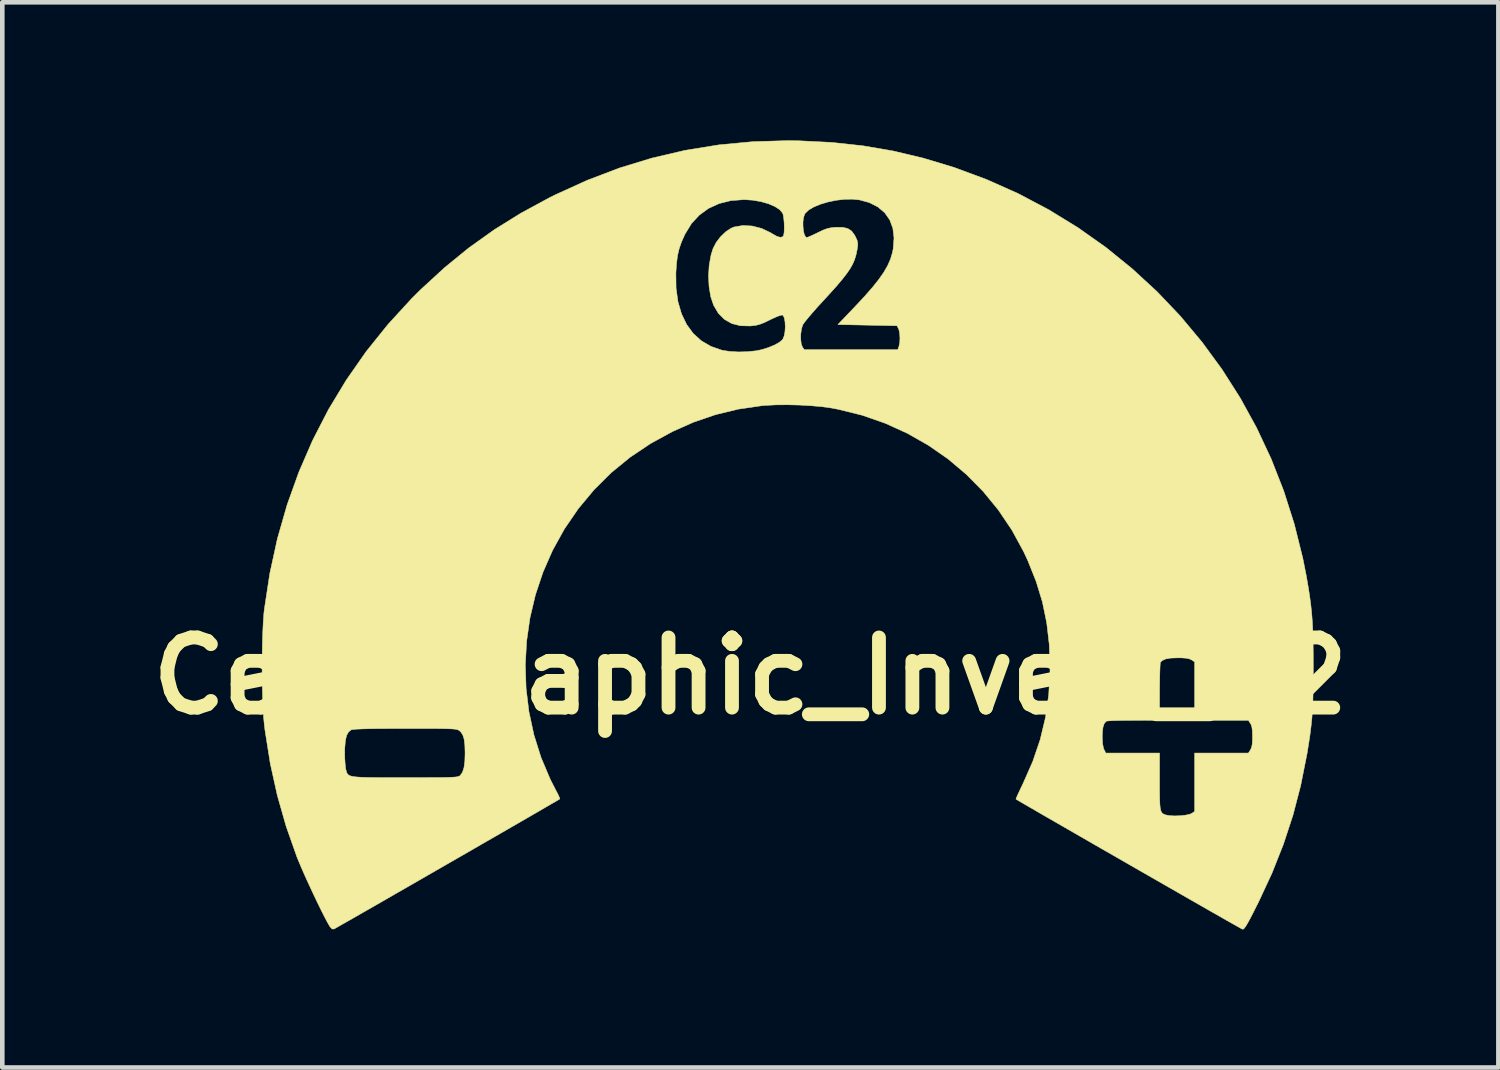
<source format=kicad_pcb>
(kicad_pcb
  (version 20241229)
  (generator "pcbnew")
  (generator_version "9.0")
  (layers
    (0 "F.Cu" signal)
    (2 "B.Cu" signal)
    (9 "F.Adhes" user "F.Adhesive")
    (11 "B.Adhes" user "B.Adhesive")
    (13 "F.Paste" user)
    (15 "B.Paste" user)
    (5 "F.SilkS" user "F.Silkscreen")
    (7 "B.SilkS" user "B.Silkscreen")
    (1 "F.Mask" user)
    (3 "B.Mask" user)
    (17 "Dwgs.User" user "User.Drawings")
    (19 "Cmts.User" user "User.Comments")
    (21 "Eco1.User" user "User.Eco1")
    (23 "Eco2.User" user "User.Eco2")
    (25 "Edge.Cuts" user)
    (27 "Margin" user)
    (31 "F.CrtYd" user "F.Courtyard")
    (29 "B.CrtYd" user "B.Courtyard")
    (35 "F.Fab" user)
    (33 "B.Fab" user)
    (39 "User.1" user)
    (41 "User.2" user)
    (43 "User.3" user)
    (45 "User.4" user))
  (footprint "Cell_Graphic_Invert_C2"
    (layer "F.Cu")
    (at 13.252 11.634)
    (property "Reference" "Cell_Graphic_Invert_C2" (at 0 0 0) (layer "F.SilkS") (effects (font (size 1.524 1.524) (thickness 0.3))))
    (attr through_hole)
    (fp_poly (pts (xy 1.067 -11.625) (xy 1.768 -11.59) (xy 2.444 -11.517) (xy 3.103 -11.404) (xy 3.755 -11.249) (xy 4.409 -11.052) (xy 4.42 -11.049) (xy 5.134 -10.784) (xy 5.822 -10.477) (xy 6.484 -10.127) (xy 7.118 -9.738) (xy 7.722 -9.311) (xy 8.294 -8.847) (xy 8.835 -8.349) (xy 9.341 -7.817) (xy 9.812 -7.253) (xy 10.247 -6.659) (xy 10.643 -6.037) (xy 10.999 -5.389) (xy 11.315 -4.715) (xy 11.588 -4.018) (xy 11.817 -3.299) (xy 12.001 -2.56) (xy 12.076 -2.184) (xy 12.116 -1.954) (xy 12.149 -1.746) (xy 12.175 -1.552) (xy 12.195 -1.362) (xy 12.21 -1.166) (xy 12.22 -0.954) (xy 12.226 -0.718) (xy 12.229 -0.448) (xy 12.23 -0.216) (xy 12.229 0.075) (xy 12.226 0.324) (xy 12.221 0.541) (xy 12.212 0.734) (xy 12.2 0.914) (xy 12.182 1.089) (xy 12.16 1.268) (xy 12.131 1.462) (xy 12.096 1.678) (xy 12.089 1.714) (xy 11.956 2.383) (xy 11.788 3.028) (xy 11.581 3.658) (xy 11.333 4.284) (xy 11.039 4.916) (xy 11.016 4.961) (xy 10.927 5.138) (xy 10.857 5.273) (xy 10.803 5.373) (xy 10.762 5.44) (xy 10.732 5.482) (xy 10.709 5.501) (xy 10.691 5.504) (xy 10.691 5.504) (xy 10.665 5.49) (xy 10.599 5.453) (xy 10.496 5.395) (xy 10.359 5.318) (xy 10.192 5.222) (xy 9.998 5.112) (xy 9.78 4.987) (xy 9.543 4.852) (xy 9.289 4.706) (xy 9.022 4.553) (xy 8.745 4.394) (xy 8.462 4.232) (xy 8.177 4.068) (xy 7.892 3.904) (xy 7.611 3.743) (xy 7.337 3.585) (xy 7.075 3.434) (xy 6.827 3.291) (xy 6.596 3.158) (xy 6.387 3.038) (xy 6.203 2.931) (xy 6.046 2.84) (xy 5.922 2.768) (xy 5.832 2.715) (xy 5.781 2.685) (xy 5.77 2.678) (xy 5.777 2.654) (xy 5.804 2.593) (xy 5.846 2.502) (xy 5.899 2.39) (xy 5.927 2.332) (xy 6.136 1.857) (xy 6.297 1.383) (xy 6.312 1.32) (xy 7.645 1.32) (xy 7.652 1.468) (xy 7.672 1.572) (xy 7.684 1.601) (xy 7.723 1.676) (xy 8.89 1.676) (xy 8.89 2.294) (xy 8.89 2.498) (xy 8.892 2.657) (xy 8.896 2.778) (xy 8.904 2.866) (xy 8.917 2.927) (xy 8.936 2.968) (xy 8.962 2.994) (xy 8.996 3.011) (xy 9.03 3.022) (xy 9.112 3.037) (xy 9.22 3.042) (xy 9.338 3.038) (xy 9.451 3.026) (xy 9.541 3.007) (xy 9.586 2.989) (xy 9.652 2.945) (xy 9.652 1.676) (xy 10.819 1.676) (xy 10.864 1.608) (xy 10.889 1.555) (xy 10.903 1.482) (xy 10.909 1.376) (xy 10.909 1.321) (xy 10.906 1.198) (xy 10.896 1.113) (xy 10.876 1.053) (xy 10.864 1.034) (xy 10.819 0.965) (xy 9.652 0.965) (xy 9.652 -0.304) (xy 9.585 -0.348) (xy 9.534 -0.371) (xy 9.463 -0.385) (xy 9.36 -0.392) (xy 9.286 -0.392) (xy 9.132 -0.387) (xy 9.021 -0.367) (xy 8.947 -0.333) (xy 8.909 -0.295) (xy 8.904 -0.262) (xy 8.9 -0.187) (xy 8.896 -0.075) (xy 8.893 0.066) (xy 8.891 0.228) (xy 8.89 0.349) (xy 8.89 0.965) (xy 8.325 0.966) (xy 8.159 0.967) (xy 8.011 0.969) (xy 7.886 0.972) (xy 7.794 0.977) (xy 7.741 0.982) (xy 7.732 0.985) (xy 7.688 1.035) (xy 7.66 1.12) (xy 7.647 1.246) (xy 7.645 1.32) (xy 6.312 1.32) (xy 6.412 0.902) (xy 6.482 0.408) (xy 6.51 -0.109) (xy 6.51 -0.178) (xy 6.494 -0.677) (xy 6.439 -1.149) (xy 6.345 -1.605) (xy 6.208 -2.054) (xy 6.027 -2.506) (xy 5.934 -2.705) (xy 5.681 -3.169) (xy 5.388 -3.604) (xy 5.058 -4.007) (xy 4.692 -4.378) (xy 4.295 -4.713) (xy 3.867 -5.01) (xy 3.412 -5.269) (xy 2.933 -5.487) (xy 2.432 -5.662) (xy 1.911 -5.791) (xy 1.765 -5.819) (xy 1.561 -5.848) (xy 1.322 -5.869) (xy 1.064 -5.884) (xy 0.801 -5.89) (xy 0.55 -5.888) (xy 0.325 -5.876) (xy 0.25 -5.87) (xy -0.262 -5.795) (xy -0.754 -5.676) (xy -1.234 -5.512) (xy -1.689 -5.31) (xy -2.17 -5.047) (xy -2.614 -4.749) (xy -3.023 -4.415) (xy -3.396 -4.044) (xy -3.735 -3.637) (xy -4.04 -3.192) (xy -4.044 -3.185) (xy -4.297 -2.728) (xy -4.505 -2.253) (xy -4.669 -1.763) (xy -4.788 -1.261) (xy -4.861 -0.752) (xy -4.889 -0.239) (xy -4.872 0.274) (xy -4.81 0.782) (xy -4.702 1.283) (xy -4.548 1.772) (xy -4.348 2.246) (xy -4.221 2.494) (xy -4.178 2.576) (xy -4.15 2.639) (xy -4.14 2.672) (xy -4.141 2.674) (xy -4.165 2.689) (xy -4.23 2.728) (xy -4.333 2.787) (xy -4.469 2.866) (xy -4.635 2.963) (xy -4.829 3.075) (xy -5.045 3.2) (xy -5.282 3.337) (xy -5.535 3.483) (xy -5.802 3.636) (xy -6.078 3.796) (xy -6.36 3.958) (xy -6.645 4.122) (xy -6.93 4.286) (xy -7.211 4.448) (xy -7.484 4.605) (xy -7.746 4.755) (xy -7.993 4.898) (xy -8.223 5.03) (xy -8.432 5.149) (xy -8.616 5.255) (xy -8.772 5.344) (xy -8.897 5.415) (xy -8.986 5.466) (xy -9.037 5.494) (xy -9.048 5.5) (xy -9.088 5.497) (xy -9.131 5.452) (xy -9.144 5.432) (xy -9.192 5.348) (xy -9.256 5.226) (xy -9.332 5.075) (xy -9.416 4.903) (xy -9.504 4.718) (xy -9.592 4.529) (xy -9.676 4.345) (xy -9.751 4.174) (xy -9.814 4.025) (xy -9.85 3.937) (xy -10.085 3.271) (xy -10.277 2.597) (xy -10.43 1.906) (xy -10.467 1.671) (xy -8.814 1.671) (xy -8.811 1.794) (xy -8.804 1.909) (xy -8.795 1.999) (xy -8.787 2.038) (xy -8.776 2.077) (xy -8.765 2.11) (xy -8.748 2.137) (xy -8.722 2.158) (xy -8.682 2.175) (xy -8.623 2.188) (xy -8.542 2.197) (xy -8.434 2.203) (xy -8.295 2.207) (xy -8.121 2.209) (xy -7.906 2.21) (xy -7.647 2.21) (xy -7.5 2.21) (xy -7.228 2.21) (xy -7.002 2.209) (xy -6.818 2.209) (xy -6.672 2.207) (xy -6.557 2.205) (xy -6.471 2.201) (xy -6.409 2.197) (xy -6.365 2.191) (xy -6.336 2.183) (xy -6.317 2.174) (xy -6.303 2.163) (xy -6.301 2.161) (xy -6.253 2.091) (xy -6.221 1.989) (xy -6.203 1.849) (xy -6.198 1.676) (xy -6.203 1.506) (xy -6.218 1.378) (xy -6.247 1.285) (xy -6.29 1.219) (xy -6.316 1.195) (xy -6.334 1.182) (xy -6.354 1.172) (xy -6.382 1.164) (xy -6.423 1.157) (xy -6.481 1.152) (xy -6.561 1.149) (xy -6.668 1.146) (xy -6.806 1.144) (xy -6.98 1.143) (xy -7.195 1.143) (xy -7.455 1.143) (xy -7.495 1.143) (xy -7.8 1.144) (xy -8.057 1.145) (xy -8.266 1.148) (xy -8.43 1.152) (xy -8.551 1.157) (xy -8.631 1.164) (xy -8.67 1.171) (xy -8.672 1.172) (xy -8.73 1.218) (xy -8.773 1.296) (xy -8.799 1.413) (xy -8.812 1.571) (xy -8.814 1.671) (xy -10.467 1.671) (xy -10.544 1.189) (xy -10.559 1.067) (xy -10.576 0.894) (xy -10.589 0.679) (xy -10.598 0.434) (xy -10.604 0.166) (xy -10.607 -0.114) (xy -10.606 -0.396) (xy -10.602 -0.671) (xy -10.594 -0.93) (xy -10.583 -1.163) (xy -10.569 -1.359) (xy -10.559 -1.448) (xy -10.441 -2.223) (xy -10.276 -2.979) (xy -10.065 -3.715) (xy -9.809 -4.429) (xy -9.509 -5.12) (xy -9.165 -5.788) (xy -8.777 -6.43) (xy -8.347 -7.046) (xy -7.874 -7.635) (xy -7.36 -8.196) (xy -7.16 -8.395) (xy -6.773 -8.75) (xy -1.618 -8.75) (xy -1.614 -8.425) (xy -1.573 -8.13) (xy -1.496 -7.866) (xy -1.385 -7.635) (xy -1.241 -7.439) (xy -1.064 -7.279) (xy -0.855 -7.158) (xy -0.616 -7.075) (xy -0.615 -7.075) (xy -0.452 -7.049) (xy -0.261 -7.038) (xy -0.062 -7.043) (xy 0.126 -7.063) (xy 0.239 -7.086) (xy 0.389 -7.132) (xy 0.521 -7.186) (xy 0.627 -7.245) (xy 0.696 -7.302) (xy 0.702 -7.311) (xy 1.094 -7.311) (xy 1.106 -7.211) (xy 1.132 -7.143) (xy 1.171 -7.087) (xy 3.202 -7.087) (xy 3.226 -7.152) (xy 3.245 -7.235) (xy 3.25 -7.34) (xy 3.243 -7.445) (xy 3.225 -7.529) (xy 3.218 -7.544) (xy 3.186 -7.607) (xy 1.902 -7.633) (xy 2.275 -8.024) (xy 2.482 -8.246) (xy 2.652 -8.44) (xy 2.79 -8.613) (xy 2.899 -8.769) (xy 2.982 -8.913) (xy 3.043 -9.051) (xy 3.084 -9.186) (xy 3.103 -9.277) (xy 3.121 -9.512) (xy 3.096 -9.723) (xy 3.028 -9.907) (xy 2.918 -10.063) (xy 2.769 -10.189) (xy 2.581 -10.284) (xy 2.371 -10.341) (xy 2.216 -10.357) (xy 2.044 -10.354) (xy 1.866 -10.333) (xy 1.69 -10.297) (xy 1.525 -10.248) (xy 1.381 -10.189) (xy 1.267 -10.122) (xy 1.192 -10.05) (xy 1.179 -10.029) (xy 1.155 -9.955) (xy 1.143 -9.861) (xy 1.144 -9.76) (xy 1.154 -9.663) (xy 1.174 -9.584) (xy 1.203 -9.535) (xy 1.225 -9.525) (xy 1.261 -9.536) (xy 1.329 -9.565) (xy 1.419 -9.607) (xy 1.465 -9.63) (xy 1.58 -9.685) (xy 1.672 -9.719) (xy 1.762 -9.738) (xy 1.859 -9.746) (xy 2.005 -9.745) (xy 2.115 -9.72) (xy 2.198 -9.666) (xy 2.264 -9.578) (xy 2.284 -9.54) (xy 2.317 -9.468) (xy 2.332 -9.41) (xy 2.332 -9.346) (xy 2.318 -9.253) (xy 2.318 -9.252) (xy 2.296 -9.147) (xy 2.266 -9.048) (xy 2.225 -8.951) (xy 2.168 -8.849) (xy 2.092 -8.738) (xy 1.994 -8.613) (xy 1.87 -8.466) (xy 1.715 -8.294) (xy 1.575 -8.141) (xy 1.458 -8.014) (xy 1.352 -7.893) (xy 1.26 -7.786) (xy 1.19 -7.7) (xy 1.147 -7.64) (xy 1.137 -7.624) (xy 1.11 -7.535) (xy 1.095 -7.425) (xy 1.094 -7.311) (xy 0.702 -7.311) (xy 0.706 -7.317) (xy 0.735 -7.388) (xy 0.752 -7.482) (xy 0.758 -7.587) (xy 0.753 -7.689) (xy 0.738 -7.774) (xy 0.712 -7.829) (xy 0.696 -7.84) (xy 0.66 -7.835) (xy 0.589 -7.81) (xy 0.497 -7.77) (xy 0.425 -7.736) (xy 0.305 -7.677) (xy 0.21 -7.64) (xy 0.124 -7.617) (xy 0.028 -7.605) (xy -0.001 -7.602) (xy -0.215 -7.607) (xy -0.403 -7.655) (xy -0.563 -7.745) (xy -0.695 -7.877) (xy -0.797 -8.05) (xy -0.799 -8.053) (xy -0.861 -8.239) (xy -0.897 -8.454) (xy -0.909 -8.686) (xy -0.895 -8.919) (xy -0.855 -9.141) (xy -0.811 -9.284) (xy -0.744 -9.414) (xy -0.649 -9.539) (xy -0.537 -9.647) (xy -0.421 -9.725) (xy -0.356 -9.752) (xy -0.164 -9.785) (xy 0.04 -9.774) (xy 0.245 -9.721) (xy 0.439 -9.629) (xy 0.483 -9.601) (xy 0.583 -9.546) (xy 0.66 -9.527) (xy 0.709 -9.546) (xy 0.721 -9.565) (xy 0.733 -9.629) (xy 0.737 -9.723) (xy 0.735 -9.832) (xy 0.726 -9.937) (xy 0.712 -10.02) (xy 0.7 -10.055) (xy 0.637 -10.13) (xy 0.531 -10.198) (xy 0.392 -10.258) (xy 0.23 -10.304) (xy 0.052 -10.335) (xy -0.132 -10.347) (xy -0.14 -10.347) (xy -0.421 -10.326) (xy -0.678 -10.262) (xy -0.908 -10.157) (xy -1.109 -10.011) (xy -1.28 -9.826) (xy -1.417 -9.602) (xy -1.422 -9.593) (xy -1.494 -9.433) (xy -1.546 -9.285) (xy -1.582 -9.133) (xy -1.604 -8.962) (xy -1.618 -8.756) (xy -1.618 -8.75) (xy -6.773 -8.75) (xy -6.643 -8.87) (xy -6.114 -9.301) (xy -5.563 -9.694) (xy -4.983 -10.054) (xy -4.367 -10.388) (xy -4.245 -10.449) (xy -3.548 -10.766) (xy -2.845 -11.034) (xy -2.134 -11.251) (xy -1.414 -11.419) (xy -0.683 -11.537) (xy 0.061 -11.607) (xy 0.819 -11.629) (xy 1.067 -11.625)) (stroke (width 0.01) (type solid)) (fill yes) (layer "F.SilkS")))
  (gr_rect
    (start -3 -3)
    (end 29.503 20.142)
    (stroke (width 0.1) (type default))
    (fill no)
    (layer "Edge.Cuts")))
</source>
